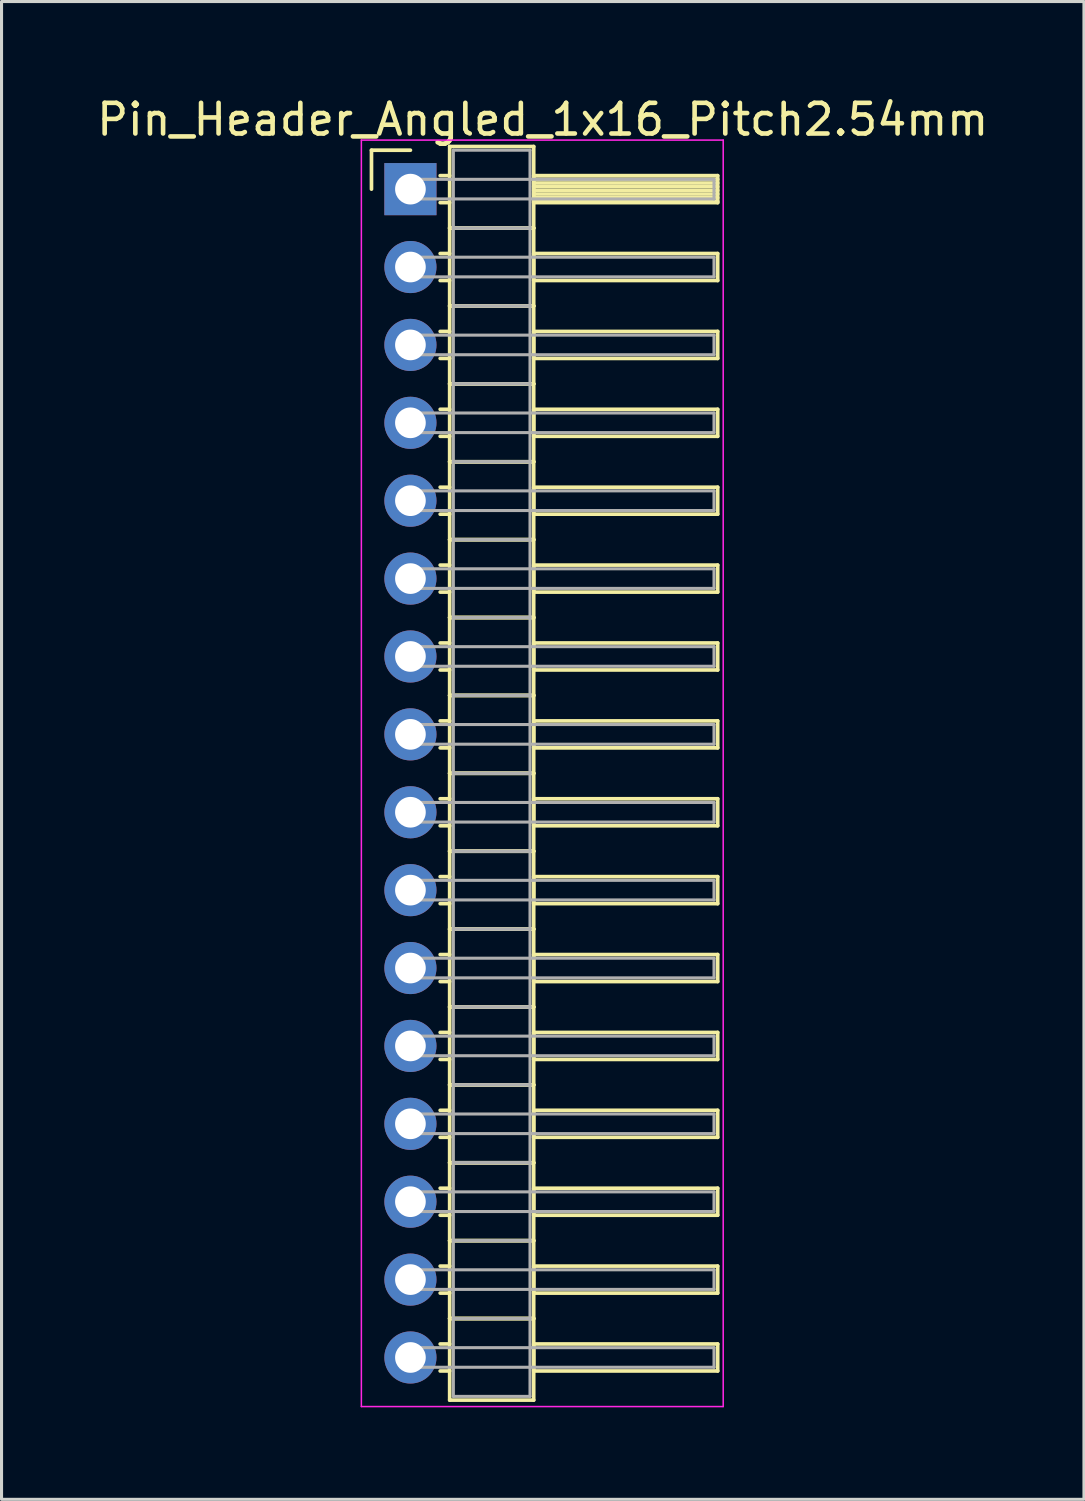
<source format=kicad_pcb>
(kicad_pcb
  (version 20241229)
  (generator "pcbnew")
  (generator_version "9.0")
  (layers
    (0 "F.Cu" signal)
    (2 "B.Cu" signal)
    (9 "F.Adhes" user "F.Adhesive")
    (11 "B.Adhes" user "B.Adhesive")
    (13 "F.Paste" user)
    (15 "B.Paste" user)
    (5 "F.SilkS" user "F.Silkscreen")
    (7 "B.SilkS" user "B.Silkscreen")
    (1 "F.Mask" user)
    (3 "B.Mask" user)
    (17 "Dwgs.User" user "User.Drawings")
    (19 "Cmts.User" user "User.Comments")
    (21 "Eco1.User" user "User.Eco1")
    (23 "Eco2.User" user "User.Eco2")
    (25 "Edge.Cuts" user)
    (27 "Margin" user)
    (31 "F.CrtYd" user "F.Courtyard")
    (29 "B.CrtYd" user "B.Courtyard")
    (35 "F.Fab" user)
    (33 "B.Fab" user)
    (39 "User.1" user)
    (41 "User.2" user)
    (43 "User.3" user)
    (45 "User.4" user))
  (footprint "Pin_Header_Angled_1x16_Pitch2.54mm"
    (layer "F.Cu")
    (at 10.334 3.118)
    (property "Reference" "Pin_Header_Angled_1x16_Pitch2.54mm" (at 4.315 -2.27 0) (layer "F.SilkS") (effects (font (size 1 1) (thickness 0.15))))
    (attr through_hole)
    (fp_line (start -1.27 -1.27) (end 0 -1.27) (stroke (width 0.12) (type solid)) (layer "F.SilkS"))
    (fp_line (start -1.27 0) (end -1.27 -1.27) (stroke (width 0.12) (type solid)) (layer "F.SilkS"))
    (fp_line (start 0.97 -0.44) (end 1.28 -0.44) (stroke (width 0.12) (type solid)) (layer "F.SilkS"))
    (fp_line (start 0.97 0.44) (end 1.28 0.44) (stroke (width 0.12) (type solid)) (layer "F.SilkS"))
    (fp_line (start 0.97 2.1) (end 1.28 2.1) (stroke (width 0.12) (type solid)) (layer "F.SilkS"))
    (fp_line (start 0.97 2.98) (end 1.28 2.98) (stroke (width 0.12) (type solid)) (layer "F.SilkS"))
    (fp_line (start 0.97 4.64) (end 1.28 4.64) (stroke (width 0.12) (type solid)) (layer "F.SilkS"))
    (fp_line (start 0.97 5.52) (end 1.28 5.52) (stroke (width 0.12) (type solid)) (layer "F.SilkS"))
    (fp_line (start 0.97 7.18) (end 1.28 7.18) (stroke (width 0.12) (type solid)) (layer "F.SilkS"))
    (fp_line (start 0.97 8.06) (end 1.28 8.06) (stroke (width 0.12) (type solid)) (layer "F.SilkS"))
    (fp_line (start 0.97 9.72) (end 1.28 9.72) (stroke (width 0.12) (type solid)) (layer "F.SilkS"))
    (fp_line (start 0.97 10.6) (end 1.28 10.6) (stroke (width 0.12) (type solid)) (layer "F.SilkS"))
    (fp_line (start 0.97 12.26) (end 1.28 12.26) (stroke (width 0.12) (type solid)) (layer "F.SilkS"))
    (fp_line (start 0.97 13.14) (end 1.28 13.14) (stroke (width 0.12) (type solid)) (layer "F.SilkS"))
    (fp_line (start 0.97 14.8) (end 1.28 14.8) (stroke (width 0.12) (type solid)) (layer "F.SilkS"))
    (fp_line (start 0.97 15.68) (end 1.28 15.68) (stroke (width 0.12) (type solid)) (layer "F.SilkS"))
    (fp_line (start 0.97 17.34) (end 1.28 17.34) (stroke (width 0.12) (type solid)) (layer "F.SilkS"))
    (fp_line (start 0.97 18.22) (end 1.28 18.22) (stroke (width 0.12) (type solid)) (layer "F.SilkS"))
    (fp_line (start 0.97 19.88) (end 1.28 19.88) (stroke (width 0.12) (type solid)) (layer "F.SilkS"))
    (fp_line (start 0.97 20.76) (end 1.28 20.76) (stroke (width 0.12) (type solid)) (layer "F.SilkS"))
    (fp_line (start 0.97 22.42) (end 1.28 22.42) (stroke (width 0.12) (type solid)) (layer "F.SilkS"))
    (fp_line (start 0.97 23.3) (end 1.28 23.3) (stroke (width 0.12) (type solid)) (layer "F.SilkS"))
    (fp_line (start 0.97 24.96) (end 1.28 24.96) (stroke (width 0.12) (type solid)) (layer "F.SilkS"))
    (fp_line (start 0.97 25.84) (end 1.28 25.84) (stroke (width 0.12) (type solid)) (layer "F.SilkS"))
    (fp_line (start 0.97 27.5) (end 1.28 27.5) (stroke (width 0.12) (type solid)) (layer "F.SilkS"))
    (fp_line (start 0.97 28.38) (end 1.28 28.38) (stroke (width 0.12) (type solid)) (layer "F.SilkS"))
    (fp_line (start 0.97 30.04) (end 1.28 30.04) (stroke (width 0.12) (type solid)) (layer "F.SilkS"))
    (fp_line (start 0.97 30.92) (end 1.28 30.92) (stroke (width 0.12) (type solid)) (layer "F.SilkS"))
    (fp_line (start 0.97 32.58) (end 1.28 32.58) (stroke (width 0.12) (type solid)) (layer "F.SilkS"))
    (fp_line (start 0.97 33.46) (end 1.28 33.46) (stroke (width 0.12) (type solid)) (layer "F.SilkS"))
    (fp_line (start 0.97 35.12) (end 1.28 35.12) (stroke (width 0.12) (type solid)) (layer "F.SilkS"))
    (fp_line (start 0.97 36) (end 1.28 36) (stroke (width 0.12) (type solid)) (layer "F.SilkS"))
    (fp_line (start 0.97 37.66) (end 1.28 37.66) (stroke (width 0.12) (type solid)) (layer "F.SilkS"))
    (fp_line (start 0.97 38.54) (end 1.28 38.54) (stroke (width 0.12) (type solid)) (layer "F.SilkS"))
    (fp_line (start 1.28 -1.39) (end 1.28 1.27) (stroke (width 0.12) (type solid)) (layer "F.SilkS"))
    (fp_line (start 1.28 1.27) (end 1.28 3.81) (stroke (width 0.12) (type solid)) (layer "F.SilkS"))
    (fp_line (start 1.28 1.27) (end 4.02 1.27) (stroke (width 0.12) (type solid)) (layer "F.SilkS"))
    (fp_line (start 1.28 3.81) (end 1.28 6.35) (stroke (width 0.12) (type solid)) (layer "F.SilkS"))
    (fp_line (start 1.28 3.81) (end 4.02 3.81) (stroke (width 0.12) (type solid)) (layer "F.SilkS"))
    (fp_line (start 1.28 6.35) (end 1.28 8.89) (stroke (width 0.12) (type solid)) (layer "F.SilkS"))
    (fp_line (start 1.28 6.35) (end 4.02 6.35) (stroke (width 0.12) (type solid)) (layer "F.SilkS"))
    (fp_line (start 1.28 8.89) (end 1.28 11.43) (stroke (width 0.12) (type solid)) (layer "F.SilkS"))
    (fp_line (start 1.28 8.89) (end 4.02 8.89) (stroke (width 0.12) (type solid)) (layer "F.SilkS"))
    (fp_line (start 1.28 11.43) (end 1.28 13.97) (stroke (width 0.12) (type solid)) (layer "F.SilkS"))
    (fp_line (start 1.28 11.43) (end 4.02 11.43) (stroke (width 0.12) (type solid)) (layer "F.SilkS"))
    (fp_line (start 1.28 13.97) (end 1.28 16.51) (stroke (width 0.12) (type solid)) (layer "F.SilkS"))
    (fp_line (start 1.28 13.97) (end 4.02 13.97) (stroke (width 0.12) (type solid)) (layer "F.SilkS"))
    (fp_line (start 1.28 16.51) (end 1.28 19.05) (stroke (width 0.12) (type solid)) (layer "F.SilkS"))
    (fp_line (start 1.28 16.51) (end 4.02 16.51) (stroke (width 0.12) (type solid)) (layer "F.SilkS"))
    (fp_line (start 1.28 19.05) (end 1.28 21.59) (stroke (width 0.12) (type solid)) (layer "F.SilkS"))
    (fp_line (start 1.28 19.05) (end 4.02 19.05) (stroke (width 0.12) (type solid)) (layer "F.SilkS"))
    (fp_line (start 1.28 21.59) (end 1.28 24.13) (stroke (width 0.12) (type solid)) (layer "F.SilkS"))
    (fp_line (start 1.28 21.59) (end 4.02 21.59) (stroke (width 0.12) (type solid)) (layer "F.SilkS"))
    (fp_line (start 1.28 24.13) (end 1.28 26.67) (stroke (width 0.12) (type solid)) (layer "F.SilkS"))
    (fp_line (start 1.28 24.13) (end 4.02 24.13) (stroke (width 0.12) (type solid)) (layer "F.SilkS"))
    (fp_line (start 1.28 26.67) (end 1.28 29.21) (stroke (width 0.12) (type solid)) (layer "F.SilkS"))
    (fp_line (start 1.28 26.67) (end 4.02 26.67) (stroke (width 0.12) (type solid)) (layer "F.SilkS"))
    (fp_line (start 1.28 29.21) (end 1.28 31.75) (stroke (width 0.12) (type solid)) (layer "F.SilkS"))
    (fp_line (start 1.28 29.21) (end 4.02 29.21) (stroke (width 0.12) (type solid)) (layer "F.SilkS"))
    (fp_line (start 1.28 31.75) (end 1.28 34.29) (stroke (width 0.12) (type solid)) (layer "F.SilkS"))
    (fp_line (start 1.28 31.75) (end 4.02 31.75) (stroke (width 0.12) (type solid)) (layer "F.SilkS"))
    (fp_line (start 1.28 34.29) (end 1.28 36.83) (stroke (width 0.12) (type solid)) (layer "F.SilkS"))
    (fp_line (start 1.28 34.29) (end 4.02 34.29) (stroke (width 0.12) (type solid)) (layer "F.SilkS"))
    (fp_line (start 1.28 36.83) (end 1.28 39.49) (stroke (width 0.12) (type solid)) (layer "F.SilkS"))
    (fp_line (start 1.28 36.83) (end 4.02 36.83) (stroke (width 0.12) (type solid)) (layer "F.SilkS"))
    (fp_line (start 1.28 39.49) (end 4.02 39.49) (stroke (width 0.12) (type solid)) (layer "F.SilkS"))
    (fp_line (start 4.02 -1.39) (end 1.28 -1.39) (stroke (width 0.12) (type solid)) (layer "F.SilkS"))
    (fp_line (start 4.02 -0.44) (end 4.02 0.44) (stroke (width 0.12) (type solid)) (layer "F.SilkS"))
    (fp_line (start 4.02 -0.32) (end 10.02 -0.32) (stroke (width 0.12) (type solid)) (layer "F.SilkS"))
    (fp_line (start 4.02 -0.2) (end 10.02 -0.2) (stroke (width 0.12) (type solid)) (layer "F.SilkS"))
    (fp_line (start 4.02 -0.08) (end 10.02 -0.08) (stroke (width 0.12) (type solid)) (layer "F.SilkS"))
    (fp_line (start 4.02 0.04) (end 10.02 0.04) (stroke (width 0.12) (type solid)) (layer "F.SilkS"))
    (fp_line (start 4.02 0.16) (end 10.02 0.16) (stroke (width 0.12) (type solid)) (layer "F.SilkS"))
    (fp_line (start 4.02 0.28) (end 10.02 0.28) (stroke (width 0.12) (type solid)) (layer "F.SilkS"))
    (fp_line (start 4.02 0.4) (end 10.02 0.4) (stroke (width 0.12) (type solid)) (layer "F.SilkS"))
    (fp_line (start 4.02 0.44) (end 10.02 0.44) (stroke (width 0.12) (type solid)) (layer "F.SilkS"))
    (fp_line (start 4.02 1.27) (end 1.28 1.27) (stroke (width 0.12) (type solid)) (layer "F.SilkS"))
    (fp_line (start 4.02 1.27) (end 4.02 -1.39) (stroke (width 0.12) (type solid)) (layer "F.SilkS"))
    (fp_line (start 4.02 2.1) (end 4.02 2.98) (stroke (width 0.12) (type solid)) (layer "F.SilkS"))
    (fp_line (start 4.02 2.98) (end 10.02 2.98) (stroke (width 0.12) (type solid)) (layer "F.SilkS"))
    (fp_line (start 4.02 3.81) (end 1.28 3.81) (stroke (width 0.12) (type solid)) (layer "F.SilkS"))
    (fp_line (start 4.02 3.81) (end 4.02 1.27) (stroke (width 0.12) (type solid)) (layer "F.SilkS"))
    (fp_line (start 4.02 4.64) (end 4.02 5.52) (stroke (width 0.12) (type solid)) (layer "F.SilkS"))
    (fp_line (start 4.02 5.52) (end 10.02 5.52) (stroke (width 0.12) (type solid)) (layer "F.SilkS"))
    (fp_line (start 4.02 6.35) (end 1.28 6.35) (stroke (width 0.12) (type solid)) (layer "F.SilkS"))
    (fp_line (start 4.02 6.35) (end 4.02 3.81) (stroke (width 0.12) (type solid)) (layer "F.SilkS"))
    (fp_line (start 4.02 7.18) (end 4.02 8.06) (stroke (width 0.12) (type solid)) (layer "F.SilkS"))
    (fp_line (start 4.02 8.06) (end 10.02 8.06) (stroke (width 0.12) (type solid)) (layer "F.SilkS"))
    (fp_line (start 4.02 8.89) (end 1.28 8.89) (stroke (width 0.12) (type solid)) (layer "F.SilkS"))
    (fp_line (start 4.02 8.89) (end 4.02 6.35) (stroke (width 0.12) (type solid)) (layer "F.SilkS"))
    (fp_line (start 4.02 9.72) (end 4.02 10.6) (stroke (width 0.12) (type solid)) (layer "F.SilkS"))
    (fp_line (start 4.02 10.6) (end 10.02 10.6) (stroke (width 0.12) (type solid)) (layer "F.SilkS"))
    (fp_line (start 4.02 11.43) (end 1.28 11.43) (stroke (width 0.12) (type solid)) (layer "F.SilkS"))
    (fp_line (start 4.02 11.43) (end 4.02 8.89) (stroke (width 0.12) (type solid)) (layer "F.SilkS"))
    (fp_line (start 4.02 12.26) (end 4.02 13.14) (stroke (width 0.12) (type solid)) (layer "F.SilkS"))
    (fp_line (start 4.02 13.14) (end 10.02 13.14) (stroke (width 0.12) (type solid)) (layer "F.SilkS"))
    (fp_line (start 4.02 13.97) (end 1.28 13.97) (stroke (width 0.12) (type solid)) (layer "F.SilkS"))
    (fp_line (start 4.02 13.97) (end 4.02 11.43) (stroke (width 0.12) (type solid)) (layer "F.SilkS"))
    (fp_line (start 4.02 14.8) (end 4.02 15.68) (stroke (width 0.12) (type solid)) (layer "F.SilkS"))
    (fp_line (start 4.02 15.68) (end 10.02 15.68) (stroke (width 0.12) (type solid)) (layer "F.SilkS"))
    (fp_line (start 4.02 16.51) (end 1.28 16.51) (stroke (width 0.12) (type solid)) (layer "F.SilkS"))
    (fp_line (start 4.02 16.51) (end 4.02 13.97) (stroke (width 0.12) (type solid)) (layer "F.SilkS"))
    (fp_line (start 4.02 17.34) (end 4.02 18.22) (stroke (width 0.12) (type solid)) (layer "F.SilkS"))
    (fp_line (start 4.02 18.22) (end 10.02 18.22) (stroke (width 0.12) (type solid)) (layer "F.SilkS"))
    (fp_line (start 4.02 19.05) (end 1.28 19.05) (stroke (width 0.12) (type solid)) (layer "F.SilkS"))
    (fp_line (start 4.02 19.05) (end 4.02 16.51) (stroke (width 0.12) (type solid)) (layer "F.SilkS"))
    (fp_line (start 4.02 19.88) (end 4.02 20.76) (stroke (width 0.12) (type solid)) (layer "F.SilkS"))
    (fp_line (start 4.02 20.76) (end 10.02 20.76) (stroke (width 0.12) (type solid)) (layer "F.SilkS"))
    (fp_line (start 4.02 21.59) (end 1.28 21.59) (stroke (width 0.12) (type solid)) (layer "F.SilkS"))
    (fp_line (start 4.02 21.59) (end 4.02 19.05) (stroke (width 0.12) (type solid)) (layer "F.SilkS"))
    (fp_line (start 4.02 22.42) (end 4.02 23.3) (stroke (width 0.12) (type solid)) (layer "F.SilkS"))
    (fp_line (start 4.02 23.3) (end 10.02 23.3) (stroke (width 0.12) (type solid)) (layer "F.SilkS"))
    (fp_line (start 4.02 24.13) (end 1.28 24.13) (stroke (width 0.12) (type solid)) (layer "F.SilkS"))
    (fp_line (start 4.02 24.13) (end 4.02 21.59) (stroke (width 0.12) (type solid)) (layer "F.SilkS"))
    (fp_line (start 4.02 24.96) (end 4.02 25.84) (stroke (width 0.12) (type solid)) (layer "F.SilkS"))
    (fp_line (start 4.02 25.84) (end 10.02 25.84) (stroke (width 0.12) (type solid)) (layer "F.SilkS"))
    (fp_line (start 4.02 26.67) (end 1.28 26.67) (stroke (width 0.12) (type solid)) (layer "F.SilkS"))
    (fp_line (start 4.02 26.67) (end 4.02 24.13) (stroke (width 0.12) (type solid)) (layer "F.SilkS"))
    (fp_line (start 4.02 27.5) (end 4.02 28.38) (stroke (width 0.12) (type solid)) (layer "F.SilkS"))
    (fp_line (start 4.02 28.38) (end 10.02 28.38) (stroke (width 0.12) (type solid)) (layer "F.SilkS"))
    (fp_line (start 4.02 29.21) (end 1.28 29.21) (stroke (width 0.12) (type solid)) (layer "F.SilkS"))
    (fp_line (start 4.02 29.21) (end 4.02 26.67) (stroke (width 0.12) (type solid)) (layer "F.SilkS"))
    (fp_line (start 4.02 30.04) (end 4.02 30.92) (stroke (width 0.12) (type solid)) (layer "F.SilkS"))
    (fp_line (start 4.02 30.92) (end 10.02 30.92) (stroke (width 0.12) (type solid)) (layer "F.SilkS"))
    (fp_line (start 4.02 31.75) (end 1.28 31.75) (stroke (width 0.12) (type solid)) (layer "F.SilkS"))
    (fp_line (start 4.02 31.75) (end 4.02 29.21) (stroke (width 0.12) (type solid)) (layer "F.SilkS"))
    (fp_line (start 4.02 32.58) (end 4.02 33.46) (stroke (width 0.12) (type solid)) (layer "F.SilkS"))
    (fp_line (start 4.02 33.46) (end 10.02 33.46) (stroke (width 0.12) (type solid)) (layer "F.SilkS"))
    (fp_line (start 4.02 34.29) (end 1.28 34.29) (stroke (width 0.12) (type solid)) (layer "F.SilkS"))
    (fp_line (start 4.02 34.29) (end 4.02 31.75) (stroke (width 0.12) (type solid)) (layer "F.SilkS"))
    (fp_line (start 4.02 35.12) (end 4.02 36) (stroke (width 0.12) (type solid)) (layer "F.SilkS"))
    (fp_line (start 4.02 36) (end 10.02 36) (stroke (width 0.12) (type solid)) (layer "F.SilkS"))
    (fp_line (start 4.02 36.83) (end 1.28 36.83) (stroke (width 0.12) (type solid)) (layer "F.SilkS"))
    (fp_line (start 4.02 36.83) (end 4.02 34.29) (stroke (width 0.12) (type solid)) (layer "F.SilkS"))
    (fp_line (start 4.02 37.66) (end 4.02 38.54) (stroke (width 0.12) (type solid)) (layer "F.SilkS"))
    (fp_line (start 4.02 38.54) (end 10.02 38.54) (stroke (width 0.12) (type solid)) (layer "F.SilkS"))
    (fp_line (start 4.02 39.49) (end 4.02 36.83) (stroke (width 0.12) (type solid)) (layer "F.SilkS"))
    (fp_line (start 10.02 -0.44) (end 4.02 -0.44) (stroke (width 0.12) (type solid)) (layer "F.SilkS"))
    (fp_line (start 10.02 0.44) (end 10.02 -0.44) (stroke (width 0.12) (type solid)) (layer "F.SilkS"))
    (fp_line (start 10.02 2.1) (end 4.02 2.1) (stroke (width 0.12) (type solid)) (layer "F.SilkS"))
    (fp_line (start 10.02 2.98) (end 10.02 2.1) (stroke (width 0.12) (type solid)) (layer "F.SilkS"))
    (fp_line (start 10.02 4.64) (end 4.02 4.64) (stroke (width 0.12) (type solid)) (layer "F.SilkS"))
    (fp_line (start 10.02 5.52) (end 10.02 4.64) (stroke (width 0.12) (type solid)) (layer "F.SilkS"))
    (fp_line (start 10.02 7.18) (end 4.02 7.18) (stroke (width 0.12) (type solid)) (layer "F.SilkS"))
    (fp_line (start 10.02 8.06) (end 10.02 7.18) (stroke (width 0.12) (type solid)) (layer "F.SilkS"))
    (fp_line (start 10.02 9.72) (end 4.02 9.72) (stroke (width 0.12) (type solid)) (layer "F.SilkS"))
    (fp_line (start 10.02 10.6) (end 10.02 9.72) (stroke (width 0.12) (type solid)) (layer "F.SilkS"))
    (fp_line (start 10.02 12.26) (end 4.02 12.26) (stroke (width 0.12) (type solid)) (layer "F.SilkS"))
    (fp_line (start 10.02 13.14) (end 10.02 12.26) (stroke (width 0.12) (type solid)) (layer "F.SilkS"))
    (fp_line (start 10.02 14.8) (end 4.02 14.8) (stroke (width 0.12) (type solid)) (layer "F.SilkS"))
    (fp_line (start 10.02 15.68) (end 10.02 14.8) (stroke (width 0.12) (type solid)) (layer "F.SilkS"))
    (fp_line (start 10.02 17.34) (end 4.02 17.34) (stroke (width 0.12) (type solid)) (layer "F.SilkS"))
    (fp_line (start 10.02 18.22) (end 10.02 17.34) (stroke (width 0.12) (type solid)) (layer "F.SilkS"))
    (fp_line (start 10.02 19.88) (end 4.02 19.88) (stroke (width 0.12) (type solid)) (layer "F.SilkS"))
    (fp_line (start 10.02 20.76) (end 10.02 19.88) (stroke (width 0.12) (type solid)) (layer "F.SilkS"))
    (fp_line (start 10.02 22.42) (end 4.02 22.42) (stroke (width 0.12) (type solid)) (layer "F.SilkS"))
    (fp_line (start 10.02 23.3) (end 10.02 22.42) (stroke (width 0.12) (type solid)) (layer "F.SilkS"))
    (fp_line (start 10.02 24.96) (end 4.02 24.96) (stroke (width 0.12) (type solid)) (layer "F.SilkS"))
    (fp_line (start 10.02 25.84) (end 10.02 24.96) (stroke (width 0.12) (type solid)) (layer "F.SilkS"))
    (fp_line (start 10.02 27.5) (end 4.02 27.5) (stroke (width 0.12) (type solid)) (layer "F.SilkS"))
    (fp_line (start 10.02 28.38) (end 10.02 27.5) (stroke (width 0.12) (type solid)) (layer "F.SilkS"))
    (fp_line (start 10.02 30.04) (end 4.02 30.04) (stroke (width 0.12) (type solid)) (layer "F.SilkS"))
    (fp_line (start 10.02 30.92) (end 10.02 30.04) (stroke (width 0.12) (type solid)) (layer "F.SilkS"))
    (fp_line (start 10.02 32.58) (end 4.02 32.58) (stroke (width 0.12) (type solid)) (layer "F.SilkS"))
    (fp_line (start 10.02 33.46) (end 10.02 32.58) (stroke (width 0.12) (type solid)) (layer "F.SilkS"))
    (fp_line (start 10.02 35.12) (end 4.02 35.12) (stroke (width 0.12) (type solid)) (layer "F.SilkS"))
    (fp_line (start 10.02 36) (end 10.02 35.12) (stroke (width 0.12) (type solid)) (layer "F.SilkS"))
    (fp_line (start 10.02 37.66) (end 4.02 37.66) (stroke (width 0.12) (type solid)) (layer "F.SilkS"))
    (fp_line (start 10.02 38.54) (end 10.02 37.66) (stroke (width 0.12) (type solid)) (layer "F.SilkS"))
    (fp_line (start -1.6 -1.6) (end -1.6 39.7) (stroke (width 0.05) (type solid)) (layer "F.CrtYd"))
    (fp_line (start -1.6 39.7) (end 10.2 39.7) (stroke (width 0.05) (type solid)) (layer "F.CrtYd"))
    (fp_line (start 10.2 -1.6) (end -1.6 -1.6) (stroke (width 0.05) (type solid)) (layer "F.CrtYd"))
    (fp_line (start 10.2 39.7) (end 10.2 -1.6) (stroke (width 0.05) (type solid)) (layer "F.CrtYd"))
    (fp_line (start 0 -0.32) (end 0 0.32) (stroke (width 0.1) (type solid)) (layer "F.Fab"))
    (fp_line (start 0 0.32) (end 9.9 0.32) (stroke (width 0.1) (type solid)) (layer "F.Fab"))
    (fp_line (start 0 2.22) (end 0 2.86) (stroke (width 0.1) (type solid)) (layer "F.Fab"))
    (fp_line (start 0 2.86) (end 9.9 2.86) (stroke (width 0.1) (type solid)) (layer "F.Fab"))
    (fp_line (start 0 4.76) (end 0 5.4) (stroke (width 0.1) (type solid)) (layer "F.Fab"))
    (fp_line (start 0 5.4) (end 9.9 5.4) (stroke (width 0.1) (type solid)) (layer "F.Fab"))
    (fp_line (start 0 7.3) (end 0 7.94) (stroke (width 0.1) (type solid)) (layer "F.Fab"))
    (fp_line (start 0 7.94) (end 9.9 7.94) (stroke (width 0.1) (type solid)) (layer "F.Fab"))
    (fp_line (start 0 9.84) (end 0 10.48) (stroke (width 0.1) (type solid)) (layer "F.Fab"))
    (fp_line (start 0 10.48) (end 9.9 10.48) (stroke (width 0.1) (type solid)) (layer "F.Fab"))
    (fp_line (start 0 12.38) (end 0 13.02) (stroke (width 0.1) (type solid)) (layer "F.Fab"))
    (fp_line (start 0 13.02) (end 9.9 13.02) (stroke (width 0.1) (type solid)) (layer "F.Fab"))
    (fp_line (start 0 14.92) (end 0 15.56) (stroke (width 0.1) (type solid)) (layer "F.Fab"))
    (fp_line (start 0 15.56) (end 9.9 15.56) (stroke (width 0.1) (type solid)) (layer "F.Fab"))
    (fp_line (start 0 17.46) (end 0 18.1) (stroke (width 0.1) (type solid)) (layer "F.Fab"))
    (fp_line (start 0 18.1) (end 9.9 18.1) (stroke (width 0.1) (type solid)) (layer "F.Fab"))
    (fp_line (start 0 20) (end 0 20.64) (stroke (width 0.1) (type solid)) (layer "F.Fab"))
    (fp_line (start 0 20.64) (end 9.9 20.64) (stroke (width 0.1) (type solid)) (layer "F.Fab"))
    (fp_line (start 0 22.54) (end 0 23.18) (stroke (width 0.1) (type solid)) (layer "F.Fab"))
    (fp_line (start 0 23.18) (end 9.9 23.18) (stroke (width 0.1) (type solid)) (layer "F.Fab"))
    (fp_line (start 0 25.08) (end 0 25.72) (stroke (width 0.1) (type solid)) (layer "F.Fab"))
    (fp_line (start 0 25.72) (end 9.9 25.72) (stroke (width 0.1) (type solid)) (layer "F.Fab"))
    (fp_line (start 0 27.62) (end 0 28.26) (stroke (width 0.1) (type solid)) (layer "F.Fab"))
    (fp_line (start 0 28.26) (end 9.9 28.26) (stroke (width 0.1) (type solid)) (layer "F.Fab"))
    (fp_line (start 0 30.16) (end 0 30.8) (stroke (width 0.1) (type solid)) (layer "F.Fab"))
    (fp_line (start 0 30.8) (end 9.9 30.8) (stroke (width 0.1) (type solid)) (layer "F.Fab"))
    (fp_line (start 0 32.7) (end 0 33.34) (stroke (width 0.1) (type solid)) (layer "F.Fab"))
    (fp_line (start 0 33.34) (end 9.9 33.34) (stroke (width 0.1) (type solid)) (layer "F.Fab"))
    (fp_line (start 0 35.24) (end 0 35.88) (stroke (width 0.1) (type solid)) (layer "F.Fab"))
    (fp_line (start 0 35.88) (end 9.9 35.88) (stroke (width 0.1) (type solid)) (layer "F.Fab"))
    (fp_line (start 0 37.78) (end 0 38.42) (stroke (width 0.1) (type solid)) (layer "F.Fab"))
    (fp_line (start 0 38.42) (end 9.9 38.42) (stroke (width 0.1) (type solid)) (layer "F.Fab"))
    (fp_line (start 1.4 -1.27) (end 1.4 1.27) (stroke (width 0.1) (type solid)) (layer "F.Fab"))
    (fp_line (start 1.4 1.27) (end 1.4 3.81) (stroke (width 0.1) (type solid)) (layer "F.Fab"))
    (fp_line (start 1.4 1.27) (end 3.9 1.27) (stroke (width 0.1) (type solid)) (layer "F.Fab"))
    (fp_line (start 1.4 3.81) (end 1.4 6.35) (stroke (width 0.1) (type solid)) (layer "F.Fab"))
    (fp_line (start 1.4 3.81) (end 3.9 3.81) (stroke (width 0.1) (type solid)) (layer "F.Fab"))
    (fp_line (start 1.4 6.35) (end 1.4 8.89) (stroke (width 0.1) (type solid)) (layer "F.Fab"))
    (fp_line (start 1.4 6.35) (end 3.9 6.35) (stroke (width 0.1) (type solid)) (layer "F.Fab"))
    (fp_line (start 1.4 8.89) (end 1.4 11.43) (stroke (width 0.1) (type solid)) (layer "F.Fab"))
    (fp_line (start 1.4 8.89) (end 3.9 8.89) (stroke (width 0.1) (type solid)) (layer "F.Fab"))
    (fp_line (start 1.4 11.43) (end 1.4 13.97) (stroke (width 0.1) (type solid)) (layer "F.Fab"))
    (fp_line (start 1.4 11.43) (end 3.9 11.43) (stroke (width 0.1) (type solid)) (layer "F.Fab"))
    (fp_line (start 1.4 13.97) (end 1.4 16.51) (stroke (width 0.1) (type solid)) (layer "F.Fab"))
    (fp_line (start 1.4 13.97) (end 3.9 13.97) (stroke (width 0.1) (type solid)) (layer "F.Fab"))
    (fp_line (start 1.4 16.51) (end 1.4 19.05) (stroke (width 0.1) (type solid)) (layer "F.Fab"))
    (fp_line (start 1.4 16.51) (end 3.9 16.51) (stroke (width 0.1) (type solid)) (layer "F.Fab"))
    (fp_line (start 1.4 19.05) (end 1.4 21.59) (stroke (width 0.1) (type solid)) (layer "F.Fab"))
    (fp_line (start 1.4 19.05) (end 3.9 19.05) (stroke (width 0.1) (type solid)) (layer "F.Fab"))
    (fp_line (start 1.4 21.59) (end 1.4 24.13) (stroke (width 0.1) (type solid)) (layer "F.Fab"))
    (fp_line (start 1.4 21.59) (end 3.9 21.59) (stroke (width 0.1) (type solid)) (layer "F.Fab"))
    (fp_line (start 1.4 24.13) (end 1.4 26.67) (stroke (width 0.1) (type solid)) (layer "F.Fab"))
    (fp_line (start 1.4 24.13) (end 3.9 24.13) (stroke (width 0.1) (type solid)) (layer "F.Fab"))
    (fp_line (start 1.4 26.67) (end 1.4 29.21) (stroke (width 0.1) (type solid)) (layer "F.Fab"))
    (fp_line (start 1.4 26.67) (end 3.9 26.67) (stroke (width 0.1) (type solid)) (layer "F.Fab"))
    (fp_line (start 1.4 29.21) (end 1.4 31.75) (stroke (width 0.1) (type solid)) (layer "F.Fab"))
    (fp_line (start 1.4 29.21) (end 3.9 29.21) (stroke (width 0.1) (type solid)) (layer "F.Fab"))
    (fp_line (start 1.4 31.75) (end 1.4 34.29) (stroke (width 0.1) (type solid)) (layer "F.Fab"))
    (fp_line (start 1.4 31.75) (end 3.9 31.75) (stroke (width 0.1) (type solid)) (layer "F.Fab"))
    (fp_line (start 1.4 34.29) (end 1.4 36.83) (stroke (width 0.1) (type solid)) (layer "F.Fab"))
    (fp_line (start 1.4 34.29) (end 3.9 34.29) (stroke (width 0.1) (type solid)) (layer "F.Fab"))
    (fp_line (start 1.4 36.83) (end 1.4 39.37) (stroke (width 0.1) (type solid)) (layer "F.Fab"))
    (fp_line (start 1.4 36.83) (end 3.9 36.83) (stroke (width 0.1) (type solid)) (layer "F.Fab"))
    (fp_line (start 1.4 39.37) (end 3.9 39.37) (stroke (width 0.1) (type solid)) (layer "F.Fab"))
    (fp_line (start 3.9 -1.27) (end 1.4 -1.27) (stroke (width 0.1) (type solid)) (layer "F.Fab"))
    (fp_line (start 3.9 1.27) (end 1.4 1.27) (stroke (width 0.1) (type solid)) (layer "F.Fab"))
    (fp_line (start 3.9 1.27) (end 3.9 -1.27) (stroke (width 0.1) (type solid)) (layer "F.Fab"))
    (fp_line (start 3.9 3.81) (end 1.4 3.81) (stroke (width 0.1) (type solid)) (layer "F.Fab"))
    (fp_line (start 3.9 3.81) (end 3.9 1.27) (stroke (width 0.1) (type solid)) (layer "F.Fab"))
    (fp_line (start 3.9 6.35) (end 1.4 6.35) (stroke (width 0.1) (type solid)) (layer "F.Fab"))
    (fp_line (start 3.9 6.35) (end 3.9 3.81) (stroke (width 0.1) (type solid)) (layer "F.Fab"))
    (fp_line (start 3.9 8.89) (end 1.4 8.89) (stroke (width 0.1) (type solid)) (layer "F.Fab"))
    (fp_line (start 3.9 8.89) (end 3.9 6.35) (stroke (width 0.1) (type solid)) (layer "F.Fab"))
    (fp_line (start 3.9 11.43) (end 1.4 11.43) (stroke (width 0.1) (type solid)) (layer "F.Fab"))
    (fp_line (start 3.9 11.43) (end 3.9 8.89) (stroke (width 0.1) (type solid)) (layer "F.Fab"))
    (fp_line (start 3.9 13.97) (end 1.4 13.97) (stroke (width 0.1) (type solid)) (layer "F.Fab"))
    (fp_line (start 3.9 13.97) (end 3.9 11.43) (stroke (width 0.1) (type solid)) (layer "F.Fab"))
    (fp_line (start 3.9 16.51) (end 1.4 16.51) (stroke (width 0.1) (type solid)) (layer "F.Fab"))
    (fp_line (start 3.9 16.51) (end 3.9 13.97) (stroke (width 0.1) (type solid)) (layer "F.Fab"))
    (fp_line (start 3.9 19.05) (end 1.4 19.05) (stroke (width 0.1) (type solid)) (layer "F.Fab"))
    (fp_line (start 3.9 19.05) (end 3.9 16.51) (stroke (width 0.1) (type solid)) (layer "F.Fab"))
    (fp_line (start 3.9 21.59) (end 1.4 21.59) (stroke (width 0.1) (type solid)) (layer "F.Fab"))
    (fp_line (start 3.9 21.59) (end 3.9 19.05) (stroke (width 0.1) (type solid)) (layer "F.Fab"))
    (fp_line (start 3.9 24.13) (end 1.4 24.13) (stroke (width 0.1) (type solid)) (layer "F.Fab"))
    (fp_line (start 3.9 24.13) (end 3.9 21.59) (stroke (width 0.1) (type solid)) (layer "F.Fab"))
    (fp_line (start 3.9 26.67) (end 1.4 26.67) (stroke (width 0.1) (type solid)) (layer "F.Fab"))
    (fp_line (start 3.9 26.67) (end 3.9 24.13) (stroke (width 0.1) (type solid)) (layer "F.Fab"))
    (fp_line (start 3.9 29.21) (end 1.4 29.21) (stroke (width 0.1) (type solid)) (layer "F.Fab"))
    (fp_line (start 3.9 29.21) (end 3.9 26.67) (stroke (width 0.1) (type solid)) (layer "F.Fab"))
    (fp_line (start 3.9 31.75) (end 1.4 31.75) (stroke (width 0.1) (type solid)) (layer "F.Fab"))
    (fp_line (start 3.9 31.75) (end 3.9 29.21) (stroke (width 0.1) (type solid)) (layer "F.Fab"))
    (fp_line (start 3.9 34.29) (end 1.4 34.29) (stroke (width 0.1) (type solid)) (layer "F.Fab"))
    (fp_line (start 3.9 34.29) (end 3.9 31.75) (stroke (width 0.1) (type solid)) (layer "F.Fab"))
    (fp_line (start 3.9 36.83) (end 1.4 36.83) (stroke (width 0.1) (type solid)) (layer "F.Fab"))
    (fp_line (start 3.9 36.83) (end 3.9 34.29) (stroke (width 0.1) (type solid)) (layer "F.Fab"))
    (fp_line (start 3.9 39.37) (end 3.9 36.83) (stroke (width 0.1) (type solid)) (layer "F.Fab"))
    (fp_line (start 9.9 -0.32) (end 0 -0.32) (stroke (width 0.1) (type solid)) (layer "F.Fab"))
    (fp_line (start 9.9 0.32) (end 9.9 -0.32) (stroke (width 0.1) (type solid)) (layer "F.Fab"))
    (fp_line (start 9.9 2.22) (end 0 2.22) (stroke (width 0.1) (type solid)) (layer "F.Fab"))
    (fp_line (start 9.9 2.86) (end 9.9 2.22) (stroke (width 0.1) (type solid)) (layer "F.Fab"))
    (fp_line (start 9.9 4.76) (end 0 4.76) (stroke (width 0.1) (type solid)) (layer "F.Fab"))
    (fp_line (start 9.9 5.4) (end 9.9 4.76) (stroke (width 0.1) (type solid)) (layer "F.Fab"))
    (fp_line (start 9.9 7.3) (end 0 7.3) (stroke (width 0.1) (type solid)) (layer "F.Fab"))
    (fp_line (start 9.9 7.94) (end 9.9 7.3) (stroke (width 0.1) (type solid)) (layer "F.Fab"))
    (fp_line (start 9.9 9.84) (end 0 9.84) (stroke (width 0.1) (type solid)) (layer "F.Fab"))
    (fp_line (start 9.9 10.48) (end 9.9 9.84) (stroke (width 0.1) (type solid)) (layer "F.Fab"))
    (fp_line (start 9.9 12.38) (end 0 12.38) (stroke (width 0.1) (type solid)) (layer "F.Fab"))
    (fp_line (start 9.9 13.02) (end 9.9 12.38) (stroke (width 0.1) (type solid)) (layer "F.Fab"))
    (fp_line (start 9.9 14.92) (end 0 14.92) (stroke (width 0.1) (type solid)) (layer "F.Fab"))
    (fp_line (start 9.9 15.56) (end 9.9 14.92) (stroke (width 0.1) (type solid)) (layer "F.Fab"))
    (fp_line (start 9.9 17.46) (end 0 17.46) (stroke (width 0.1) (type solid)) (layer "F.Fab"))
    (fp_line (start 9.9 18.1) (end 9.9 17.46) (stroke (width 0.1) (type solid)) (layer "F.Fab"))
    (fp_line (start 9.9 20) (end 0 20) (stroke (width 0.1) (type solid)) (layer "F.Fab"))
    (fp_line (start 9.9 20.64) (end 9.9 20) (stroke (width 0.1) (type solid)) (layer "F.Fab"))
    (fp_line (start 9.9 22.54) (end 0 22.54) (stroke (width 0.1) (type solid)) (layer "F.Fab"))
    (fp_line (start 9.9 23.18) (end 9.9 22.54) (stroke (width 0.1) (type solid)) (layer "F.Fab"))
    (fp_line (start 9.9 25.08) (end 0 25.08) (stroke (width 0.1) (type solid)) (layer "F.Fab"))
    (fp_line (start 9.9 25.72) (end 9.9 25.08) (stroke (width 0.1) (type solid)) (layer "F.Fab"))
    (fp_line (start 9.9 27.62) (end 0 27.62) (stroke (width 0.1) (type solid)) (layer "F.Fab"))
    (fp_line (start 9.9 28.26) (end 9.9 27.62) (stroke (width 0.1) (type solid)) (layer "F.Fab"))
    (fp_line (start 9.9 30.16) (end 0 30.16) (stroke (width 0.1) (type solid)) (layer "F.Fab"))
    (fp_line (start 9.9 30.8) (end 9.9 30.16) (stroke (width 0.1) (type solid)) (layer "F.Fab"))
    (fp_line (start 9.9 32.7) (end 0 32.7) (stroke (width 0.1) (type solid)) (layer "F.Fab"))
    (fp_line (start 9.9 33.34) (end 9.9 32.7) (stroke (width 0.1) (type solid)) (layer "F.Fab"))
    (fp_line (start 9.9 35.24) (end 0 35.24) (stroke (width 0.1) (type solid)) (layer "F.Fab"))
    (fp_line (start 9.9 35.88) (end 9.9 35.24) (stroke (width 0.1) (type solid)) (layer "F.Fab"))
    (fp_line (start 9.9 37.78) (end 0 37.78) (stroke (width 0.1) (type solid)) (layer "F.Fab"))
    (fp_line (start 9.9 38.42) (end 9.9 37.78) (stroke (width 0.1) (type solid)) (layer "F.Fab"))
    (pad "1" thru_hole rect (at 0 0) (size 1.7 1.7) (drill 1) (layers "*.Cu" "*.Mask"))
    (pad "2" thru_hole oval (at 0 2.54) (size 1.7 1.7) (drill 1) (layers "*.Cu" "*.Mask"))
    (pad "3" thru_hole oval (at 0 5.08) (size 1.7 1.7) (drill 1) (layers "*.Cu" "*.Mask"))
    (pad "4" thru_hole oval (at 0 7.62) (size 1.7 1.7) (drill 1) (layers "*.Cu" "*.Mask"))
    (pad "5" thru_hole oval (at 0 10.16) (size 1.7 1.7) (drill 1) (layers "*.Cu" "*.Mask"))
    (pad "6" thru_hole oval (at 0 12.7) (size 1.7 1.7) (drill 1) (layers "*.Cu" "*.Mask"))
    (pad "7" thru_hole oval (at 0 15.24) (size 1.7 1.7) (drill 1) (layers "*.Cu" "*.Mask"))
    (pad "8" thru_hole oval (at 0 17.78) (size 1.7 1.7) (drill 1) (layers "*.Cu" "*.Mask"))
    (pad "9" thru_hole oval (at 0 20.32) (size 1.7 1.7) (drill 1) (layers "*.Cu" "*.Mask"))
    (pad "10" thru_hole oval (at 0 22.86) (size 1.7 1.7) (drill 1) (layers "*.Cu" "*.Mask"))
    (pad "11" thru_hole oval (at 0 25.4) (size 1.7 1.7) (drill 1) (layers "*.Cu" "*.Mask"))
    (pad "12" thru_hole oval (at 0 27.94) (size 1.7 1.7) (drill 1) (layers "*.Cu" "*.Mask"))
    (pad "13" thru_hole oval (at 0 30.48) (size 1.7 1.7) (drill 1) (layers "*.Cu" "*.Mask"))
    (pad "14" thru_hole oval (at 0 33.02) (size 1.7 1.7) (drill 1) (layers "*.Cu" "*.Mask"))
    (pad "15" thru_hole oval (at 0 35.56) (size 1.7 1.7) (drill 1) (layers "*.Cu" "*.Mask"))
    (pad "16" thru_hole oval (at 0 38.1) (size 1.7 1.7) (drill 1) (layers "*.Cu" "*.Mask")))
  (gr_rect
    (start -3 -3)
    (end 32.298 45.843)
    (stroke (width 0.1) (type default))
    (fill no)
    (layer "Edge.Cuts")))
</source>
